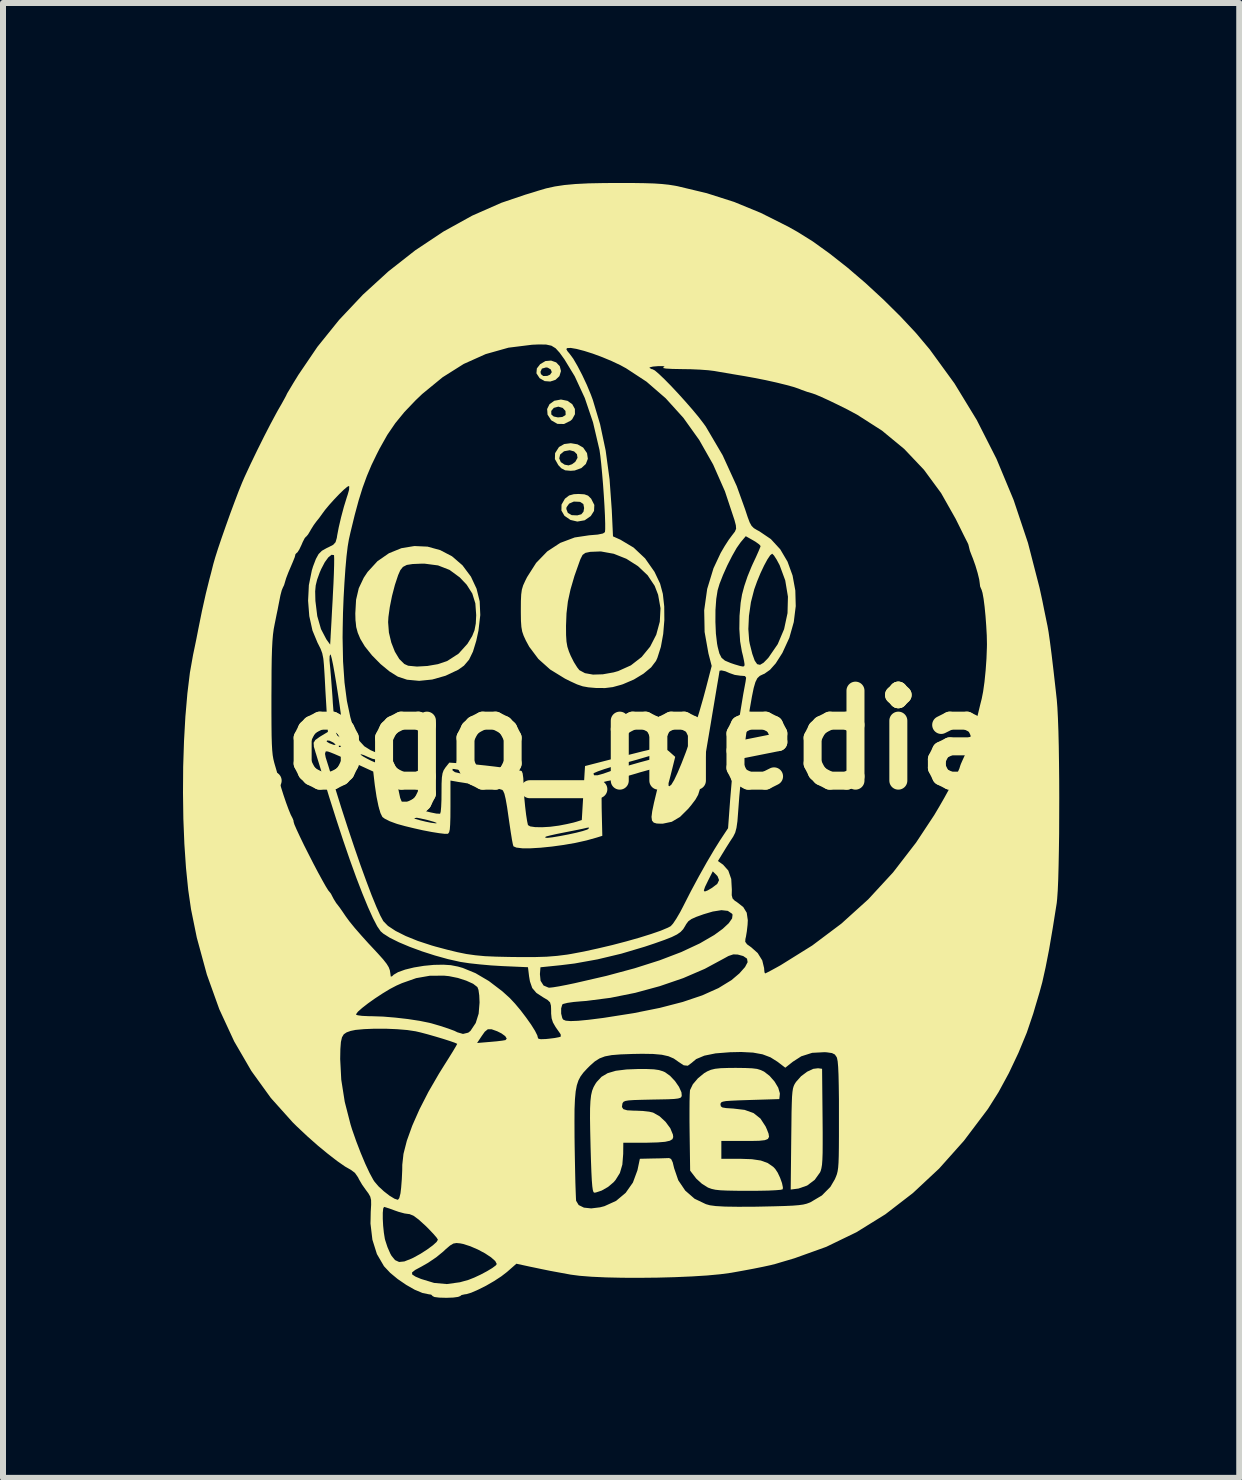
<source format=kicad_pcb>
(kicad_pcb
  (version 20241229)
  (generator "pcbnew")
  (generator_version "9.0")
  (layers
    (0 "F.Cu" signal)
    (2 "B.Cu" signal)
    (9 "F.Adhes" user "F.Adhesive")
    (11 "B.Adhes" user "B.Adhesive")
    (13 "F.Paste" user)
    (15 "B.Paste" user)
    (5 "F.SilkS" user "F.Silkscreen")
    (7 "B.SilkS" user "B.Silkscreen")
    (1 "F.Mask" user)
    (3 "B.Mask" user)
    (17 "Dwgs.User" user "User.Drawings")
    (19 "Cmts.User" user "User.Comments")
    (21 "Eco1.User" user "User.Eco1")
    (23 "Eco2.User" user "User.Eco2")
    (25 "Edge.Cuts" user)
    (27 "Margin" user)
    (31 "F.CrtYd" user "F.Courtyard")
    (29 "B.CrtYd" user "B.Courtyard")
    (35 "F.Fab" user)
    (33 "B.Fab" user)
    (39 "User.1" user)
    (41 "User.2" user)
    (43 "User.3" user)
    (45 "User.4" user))
  (footprint "logo_media"
    (layer "F.Cu")
    (at 7.28 9.283)
    (property "Reference" "logo_media" (at 0 0 0) (layer "F.SilkS") (effects (font (size 1.5 1.5) (thickness 0.3))))
    (attr board_only exclude_from_pos_files exclude_from_bom)
    (fp_poly (pts (xy -1.06 -6.293) (xy -1 -6.229) (xy -0.98 -6.149) (xy -1.006 -6.064) (xy -1.07 -6.003) (xy -1.158 -5.974) (xy -1.252 -5.981) (xy -1.335 -6.029) (xy -1.337 -6.031) (xy -1.389 -6.111) (xy -1.387 -6.135) (xy -1.322 -6.135) (xy -1.314 -6.097) (xy -1.276 -6.066) (xy -1.21 -6.067) (xy -1.162 -6.088) (xy -1.133 -6.13) (xy -1.15 -6.175) (xy -1.2 -6.205) (xy -1.229 -6.209) (xy -1.298 -6.189) (xy -1.322 -6.135) (xy -1.387 -6.135) (xy -1.382 -6.192) (xy -1.327 -6.263) (xy -1.239 -6.315) (xy -1.145 -6.323)) (stroke (width 0) (type solid)) (fill yes) (layer "F.SilkS"))
    (fp_poly (pts (xy -0.871 -5.652) (xy -0.792 -5.596) (xy -0.748 -5.517) (xy -0.747 -5.429) (xy -0.793 -5.345) (xy -0.821 -5.32) (xy -0.929 -5.266) (xy -1.039 -5.268) (xy -1.138 -5.325) (xy -1.145 -5.331) (xy -1.204 -5.423) (xy -1.208 -5.484) (xy -1.142 -5.484) (xy -1.141 -5.425) (xy -1.101 -5.391) (xy -1.031 -5.376) (xy -0.958 -5.383) (xy -0.908 -5.412) (xy -0.902 -5.422) (xy -0.905 -5.484) (xy -0.951 -5.534) (xy -1.023 -5.555) (xy -1.025 -5.555) (xy -1.099 -5.535) (xy -1.142 -5.484) (xy -1.208 -5.484) (xy -1.211 -5.515) (xy -1.171 -5.596) (xy -1.092 -5.653) (xy -0.98 -5.674)) (stroke (width 0) (type solid)) (fill yes) (layer "F.SilkS"))
    (fp_poly (pts (xy 3.372 5.481) (xy 3.38 6.293) (xy 3.382 6.539) (xy 3.382 6.734) (xy 3.381 6.884) (xy 3.377 6.996) (xy 3.371 7.079) (xy 3.361 7.138) (xy 3.349 7.183) (xy 3.338 7.208) (xy 3.249 7.332) (xy 3.123 7.427) (xy 2.979 7.477) (xy 2.971 7.478) (xy 2.849 7.494) (xy 2.858 6.649) (xy 2.861 6.403) (xy 2.863 6.209) (xy 2.867 6.06) (xy 2.871 5.949) (xy 2.878 5.868) (xy 2.887 5.81) (xy 2.899 5.769) (xy 2.915 5.735) (xy 2.935 5.704) (xy 2.941 5.696) (xy 3.022 5.605) (xy 3.122 5.53) (xy 3.225 5.482) (xy 3.305 5.472)) (stroke (width 0) (type solid)) (fill yes) (layer "F.SilkS"))
    (fp_poly (pts (xy -0.704 -4.927) (xy -0.613 -4.875) (xy -0.611 -4.874) (xy -0.546 -4.781) (xy -0.532 -4.686) (xy -0.566 -4.599) (xy -0.641 -4.531) (xy -0.751 -4.491) (xy -0.818 -4.486) (xy -0.911 -4.494) (xy -0.976 -4.529) (xy -1.024 -4.58) (xy -1.081 -4.681) (xy -1.081 -4.693) (xy -1.009 -4.693) (xy -0.983 -4.631) (xy -0.919 -4.588) (xy -0.854 -4.576) (xy -0.796 -4.595) (xy -0.742 -4.635) (xy -0.704 -4.702) (xy -0.714 -4.763) (xy -0.761 -4.809) (xy -0.834 -4.829) (xy -0.922 -4.813) (xy -0.932 -4.809) (xy -0.994 -4.757) (xy -1.009 -4.693) (xy -1.081 -4.693) (xy -1.078 -4.78) (xy -1.016 -4.878) (xy -1.01 -4.884) (xy -0.926 -4.932) (xy -0.816 -4.946)) (stroke (width 0) (type solid)) (fill yes) (layer "F.SilkS"))
    (fp_poly (pts (xy -0.59 -4.094) (xy -0.529 -4.072) (xy -0.48 -4.024) (xy -0.477 -4.021) (xy -0.424 -3.917) (xy -0.429 -3.817) (xy -0.483 -3.732) (xy -0.585 -3.661) (xy -0.707 -3.64) (xy -0.822 -3.667) (xy -0.922 -3.736) (xy -0.973 -3.824) (xy -0.972 -3.85) (xy -0.891 -3.85) (xy -0.866 -3.785) (xy -0.801 -3.747) (xy -0.709 -3.743) (xy -0.641 -3.761) (xy -0.605 -3.804) (xy -0.594 -3.865) (xy -0.607 -3.932) (xy -0.656 -3.965) (xy -0.671 -3.969) (xy -0.766 -3.973) (xy -0.844 -3.939) (xy -0.887 -3.879) (xy -0.891 -3.85) (xy -0.972 -3.85) (xy -0.971 -3.922) (xy -0.916 -4.018) (xy -0.907 -4.027) (xy -0.844 -4.075) (xy -0.766 -4.096) (xy -0.687 -4.1)) (stroke (width 0) (type solid)) (fill yes) (layer "F.SilkS"))
    (fp_poly (pts (xy -3.204 -3.222) (xy -2.993 -3.164) (xy -2.796 -3.061) (xy -2.622 -2.911) (xy -2.481 -2.722) (xy -2.387 -2.521) (xy -2.335 -2.311) (xy -2.325 -2.082) (xy -2.355 -1.823) (xy -2.392 -1.652) (xy -2.447 -1.472) (xy -2.512 -1.338) (xy -2.597 -1.238) (xy -2.692 -1.17) (xy -2.904 -1.07) (xy -3.126 -1.007) (xy -3.344 -0.985) (xy -3.546 -1.004) (xy -3.699 -1.055) (xy -3.838 -1.142) (xy -3.987 -1.265) (xy -4.13 -1.41) (xy -4.249 -1.559) (xy -4.324 -1.684) (xy -4.367 -1.786) (xy -4.393 -1.882) (xy -4.401 -1.963) (xy -3.861 -1.963) (xy -3.848 -1.79) (xy -3.808 -1.623) (xy -3.749 -1.472) (xy -3.675 -1.349) (xy -3.591 -1.266) (xy -3.527 -1.237) (xy -3.38 -1.223) (xy -3.206 -1.233) (xy -3.032 -1.263) (xy -2.886 -1.312) (xy -2.871 -1.319) (xy -2.687 -1.438) (xy -2.539 -1.602) (xy -2.46 -1.731) (xy -2.421 -1.828) (xy -2.4 -1.939) (xy -2.393 -2.08) (xy -2.407 -2.276) (xy -2.458 -2.44) (xy -2.552 -2.588) (xy -2.667 -2.709) (xy -2.837 -2.834) (xy -3.029 -2.909) (xy -3.252 -2.938) (xy -3.31 -2.938) (xy -3.453 -2.932) (xy -3.55 -2.917) (xy -3.614 -2.884) (xy -3.658 -2.829) (xy -3.694 -2.747) (xy -3.748 -2.584) (xy -3.796 -2.4) (xy -3.833 -2.215) (xy -3.856 -2.05) (xy -3.861 -1.963) (xy -4.401 -1.963) (xy -4.405 -1.993) (xy -4.408 -2.109) (xy -4.395 -2.337) (xy -4.35 -2.529) (xy -4.267 -2.704) (xy -4.203 -2.8) (xy -4.038 -2.98) (xy -3.847 -3.112) (xy -3.64 -3.196) (xy -3.423 -3.232)) (stroke (width 0) (type solid)) (fill yes) (layer "F.SilkS"))
    (fp_poly (pts (xy 0.569 5.49) (xy 0.652 5.502) (xy 0.718 5.522) (xy 0.754 5.538) (xy 0.838 5.598) (xy 0.92 5.685) (xy 0.987 5.782) (xy 1.028 5.873) (xy 1.033 5.927) (xy 1.027 5.949) (xy 1.01 5.965) (xy 0.972 5.976) (xy 0.906 5.984) (xy 0.803 5.989) (xy 0.655 5.992) (xy 0.544 5.994) (xy 0.364 5.998) (xy 0.235 6.002) (xy 0.148 6.008) (xy 0.094 6.017) (xy 0.063 6.031) (xy 0.049 6.05) (xy 0.044 6.061) (xy 0.036 6.118) (xy 0.06 6.154) (xy 0.124 6.173) (xy 0.238 6.179) (xy 0.267 6.179) (xy 0.385 6.184) (xy 0.491 6.196) (xy 0.555 6.211) (xy 0.663 6.272) (xy 0.763 6.365) (xy 0.842 6.472) (xy 0.886 6.578) (xy 0.891 6.619) (xy 0.878 6.654) (xy 0.835 6.68) (xy 0.755 6.698) (xy 0.632 6.708) (xy 0.458 6.713) (xy 0.364 6.714) (xy 0.059 6.714) (xy 0.057 6.9) (xy 0.043 7.078) (xy 0.002 7.218) (xy -0.071 7.335) (xy -0.103 7.372) (xy -0.195 7.45) (xy -0.302 7.511) (xy -0.399 7.543) (xy -0.425 7.546) (xy -0.438 7.536) (xy -0.449 7.502) (xy -0.458 7.439) (xy -0.466 7.341) (xy -0.473 7.201) (xy -0.48 7.013) (xy -0.487 6.772) (xy -0.487 6.766) (xy -0.493 6.509) (xy -0.496 6.304) (xy -0.495 6.143) (xy -0.489 6.019) (xy -0.478 5.923) (xy -0.461 5.848) (xy -0.437 5.787) (xy -0.406 5.732) (xy -0.384 5.7) (xy -0.305 5.615) (xy -0.202 5.554) (xy -0.066 5.514) (xy 0.112 5.492) (xy 0.295 5.485) (xy 0.454 5.485)) (stroke (width 0) (type solid)) (fill yes) (layer "F.SilkS"))
    (fp_poly (pts (xy 2.093 5.468) (xy 2.207 5.473) (xy 2.288 5.483) (xy 2.35 5.502) (xy 2.405 5.528) (xy 2.497 5.599) (xy 2.58 5.694) (xy 2.641 5.796) (xy 2.668 5.889) (xy 2.667 5.912) (xy 2.659 5.986) (xy 2.169 6.001) (xy 1.988 6.007) (xy 1.858 6.013) (xy 1.77 6.019) (xy 1.717 6.029) (xy 1.69 6.042) (xy 1.68 6.06) (xy 1.678 6.075) (xy 1.685 6.107) (xy 1.712 6.126) (xy 1.772 6.136) (xy 1.879 6.143) (xy 1.886 6.143) (xy 2.081 6.166) (xy 2.231 6.22) (xy 2.345 6.311) (xy 2.431 6.443) (xy 2.451 6.488) (xy 2.48 6.562) (xy 2.488 6.615) (xy 2.469 6.65) (xy 2.416 6.671) (xy 2.322 6.681) (xy 2.178 6.684) (xy 2.08 6.684) (xy 1.693 6.684) (xy 1.693 6.833) (xy 1.693 6.981) (xy 2.006 6.981) (xy 2.202 6.988) (xy 2.351 7.01) (xy 2.466 7.052) (xy 2.557 7.115) (xy 2.591 7.15) (xy 2.632 7.212) (xy 2.672 7.297) (xy 2.704 7.386) (xy 2.719 7.458) (xy 2.716 7.489) (xy 2.683 7.498) (xy 2.599 7.505) (xy 2.476 7.511) (xy 2.321 7.514) (xy 2.146 7.515) (xy 2.145 7.515) (xy 1.942 7.514) (xy 1.79 7.511) (xy 1.677 7.506) (xy 1.594 7.497) (xy 1.531 7.483) (xy 1.478 7.464) (xy 1.467 7.459) (xy 1.37 7.398) (xy 1.279 7.316) (xy 1.259 7.291) (xy 1.173 7.179) (xy 1.164 6.539) (xy 1.162 6.347) (xy 1.162 6.171) (xy 1.163 6.022) (xy 1.166 5.91) (xy 1.17 5.844) (xy 1.172 5.834) (xy 1.218 5.739) (xy 1.303 5.639) (xy 1.408 5.553) (xy 1.458 5.524) (xy 1.519 5.498) (xy 1.589 5.481) (xy 1.683 5.471) (xy 1.812 5.467) (xy 1.933 5.466)) (stroke (width 0) (type solid)) (fill yes) (layer "F.SilkS"))
    (fp_poly (pts (xy 0.207 -9.283) (xy 0.409 -9.28) (xy 0.572 -9.275) (xy 0.704 -9.266) (xy 0.817 -9.254) (xy 0.918 -9.238) (xy 0.965 -9.229) (xy 1.45 -9.113) (xy 1.907 -8.967) (xy 2.352 -8.784) (xy 2.804 -8.557) (xy 2.959 -8.47) (xy 3.217 -8.309) (xy 3.499 -8.106) (xy 3.796 -7.872) (xy 4.097 -7.614) (xy 4.394 -7.34) (xy 4.677 -7.06) (xy 4.937 -6.782) (xy 5.163 -6.513) (xy 5.164 -6.512) (xy 5.578 -5.943) (xy 5.95 -5.333) (xy 6.279 -4.685) (xy 6.564 -4.001) (xy 6.804 -3.283) (xy 6.997 -2.534) (xy 7.044 -2.317) (xy 7.072 -2.177) (xy 7.1 -2.041) (xy 7.122 -1.933) (xy 7.129 -1.901) (xy 7.147 -1.798) (xy 7.17 -1.637) (xy 7.198 -1.42) (xy 7.23 -1.149) (xy 7.267 -0.823) (xy 7.284 -0.668) (xy 7.294 -0.539) (xy 7.303 -0.361) (xy 7.311 -0.144) (xy 7.317 0.105) (xy 7.321 0.379) (xy 7.324 0.669) (xy 7.325 0.969) (xy 7.324 1.268) (xy 7.323 1.562) (xy 7.319 1.84) (xy 7.314 2.096) (xy 7.308 2.321) (xy 7.3 2.508) (xy 7.29 2.65) (xy 7.283 2.718) (xy 7.217 3.133) (xy 7.156 3.491) (xy 7.097 3.792) (xy 7.042 4.039) (xy 6.997 4.204) (xy 6.965 4.312) (xy 6.925 4.446) (xy 6.892 4.559) (xy 6.784 4.878) (xy 6.645 5.215) (xy 6.485 5.553) (xy 6.313 5.87) (xy 6.137 6.149) (xy 6.126 6.164) (xy 5.736 6.681) (xy 5.323 7.144) (xy 4.886 7.552) (xy 4.427 7.906) (xy 3.945 8.205) (xy 3.441 8.449) (xy 2.915 8.638) (xy 2.882 8.648) (xy 2.767 8.682) (xy 2.662 8.713) (xy 2.599 8.732) (xy 2.517 8.753) (xy 2.388 8.781) (xy 2.224 8.814) (xy 2.036 8.849) (xy 1.857 8.881) (xy 1.679 8.905) (xy 1.456 8.926) (xy 1.199 8.942) (xy 0.919 8.954) (xy 0.626 8.962) (xy 0.33 8.965) (xy 0.042 8.964) (xy -0.228 8.958) (xy -0.47 8.947) (xy -0.672 8.931) (xy -0.817 8.912) (xy -1.007 8.877) (xy -1.159 8.849) (xy -1.296 8.821) (xy -1.439 8.791) (xy -1.493 8.78) (xy -1.723 8.73) (xy -1.879 8.867) (xy -1.975 8.941) (xy -2.096 9.02) (xy -2.229 9.097) (xy -2.361 9.163) (xy -2.476 9.213) (xy -2.56 9.238) (xy -2.578 9.239) (xy -2.637 9.252) (xy -2.659 9.269) (xy -2.695 9.283) (xy -2.775 9.294) (xy -2.882 9.298) (xy -2.898 9.298) (xy -3.01 9.295) (xy -3.088 9.285) (xy -3.119 9.27) (xy -3.119 9.269) (xy -3.144 9.245) (xy -3.186 9.239) (xy -3.288 9.218) (xy -3.417 9.164) (xy -3.559 9.083) (xy -3.701 8.986) (xy -3.828 8.881) (xy -3.833 8.875) (xy -3.462 8.875) (xy -3.46 8.909) (xy -3.405 8.945) (xy -3.312 8.984) (xy -3.095 9.05) (xy -2.884 9.069) (xy -2.664 9.039) (xy -2.521 8.999) (xy -2.425 8.961) (xy -2.318 8.911) (xy -2.213 8.855) (xy -2.125 8.802) (xy -2.066 8.758) (xy -2.05 8.735) (xy -2.076 8.685) (xy -2.146 8.623) (xy -2.246 8.557) (xy -2.366 8.493) (xy -2.491 8.439) (xy -2.609 8.401) (xy -2.659 8.391) (xy -2.723 8.385) (xy -2.774 8.394) (xy -2.829 8.427) (xy -2.903 8.49) (xy -2.941 8.526) (xy -3.058 8.622) (xy -3.197 8.716) (xy -3.304 8.777) (xy -3.41 8.834) (xy -3.462 8.875) (xy -3.833 8.875) (xy -3.926 8.776) (xy -3.931 8.77) (xy -4.048 8.569) (xy -4.123 8.33) (xy -4.155 8.06) (xy -4.153 7.982) (xy -3.95 7.982) (xy -3.944 8.097) (xy -3.932 8.213) (xy -3.916 8.313) (xy -3.909 8.34) (xy -3.872 8.453) (xy -3.825 8.561) (xy -3.803 8.6) (xy -3.745 8.67) (xy -3.678 8.701) (xy -3.59 8.692) (xy -3.469 8.644) (xy -3.436 8.628) (xy -3.322 8.565) (xy -3.213 8.495) (xy -3.12 8.427) (xy -3.055 8.369) (xy -3.031 8.33) (xy -3.051 8.297) (xy -3.105 8.234) (xy -3.183 8.152) (xy -3.235 8.1) (xy -3.353 7.993) (xy -3.44 7.929) (xy -3.505 7.903) (xy -3.517 7.902) (xy -3.588 7.892) (xy -3.687 7.865) (xy -3.75 7.843) (xy -3.84 7.81) (xy -3.906 7.789) (xy -3.929 7.783) (xy -3.943 7.81) (xy -3.95 7.882) (xy -3.95 7.982) (xy -4.153 7.982) (xy -4.151 7.869) (xy -4.144 7.748) (xy -4.145 7.669) (xy -4.159 7.611) (xy -4.19 7.557) (xy -4.23 7.503) (xy -4.294 7.413) (xy -4.346 7.324) (xy -4.362 7.291) (xy -4.414 7.216) (xy -4.479 7.167) (xy -4.579 7.11) (xy -4.711 7.018) (xy -4.866 6.898) (xy -5.036 6.758) (xy -5.21 6.604) (xy -5.38 6.444) (xy -5.452 6.373) (xy -5.815 5.968) (xy -6.14 5.518) (xy -6.256 5.318) (xy -4.66 5.318) (xy -4.642 5.663) (xy -4.584 6.032) (xy -4.487 6.41) (xy -4.462 6.491) (xy -4.393 6.688) (xy -4.318 6.883) (xy -4.242 7.064) (xy -4.17 7.218) (xy -4.108 7.332) (xy -4.089 7.361) (xy -4.021 7.441) (xy -3.932 7.523) (xy -3.838 7.596) (xy -3.754 7.647) (xy -3.698 7.665) (xy -3.675 7.636) (xy -3.655 7.557) (xy -3.644 7.464) (xy -3.633 7.323) (xy -3.626 7.172) (xy -3.625 7.081) (xy -3.605 6.899) (xy -3.549 6.68) (xy -3.459 6.43) (xy -3.428 6.359) (xy -0.755 6.359) (xy -0.754 6.613) (xy -0.752 6.773) (xy -0.748 6.995) (xy -0.744 7.199) (xy -0.74 7.377) (xy -0.735 7.522) (xy -0.731 7.625) (xy -0.728 7.679) (xy -0.727 7.682) (xy -0.685 7.752) (xy -0.598 7.795) (xy -0.476 7.808) (xy -0.329 7.79) (xy -0.256 7.771) (xy -0.062 7.683) (xy 0.098 7.549) (xy 0.219 7.377) (xy 0.294 7.174) (xy 0.297 7.161) (xy 0.335 6.981) (xy 0.554 6.976) (xy 0.668 6.974) (xy 0.763 6.971) (xy 0.82 6.969) (xy 0.822 6.969) (xy 0.855 6.984) (xy 0.882 7.039) (xy 0.906 7.138) (xy 0.975 7.339) (xy 1.091 7.511) (xy 1.247 7.647) (xy 1.435 7.737) (xy 1.502 7.756) (xy 1.6 7.769) (xy 1.756 7.778) (xy 1.969 7.781) (xy 2.241 7.78) (xy 2.349 7.778) (xy 2.575 7.773) (xy 2.75 7.768) (xy 2.883 7.762) (xy 2.982 7.754) (xy 3.056 7.744) (xy 3.114 7.73) (xy 3.163 7.712) (xy 3.179 7.705) (xy 3.368 7.593) (xy 3.51 7.45) (xy 3.584 7.324) (xy 3.603 7.28) (xy 3.619 7.238) (xy 3.631 7.189) (xy 3.64 7.128) (xy 3.646 7.046) (xy 3.65 6.936) (xy 3.652 6.791) (xy 3.653 6.604) (xy 3.653 6.368) (xy 3.653 6.268) (xy 3.653 5.986) (xy 3.65 5.759) (xy 3.646 5.582) (xy 3.64 5.45) (xy 3.632 5.358) (xy 3.621 5.303) (xy 3.616 5.288) (xy 3.585 5.243) (xy 3.537 5.219) (xy 3.454 5.207) (xy 3.416 5.204) (xy 3.207 5.215) (xy 3.025 5.273) (xy 2.885 5.363) (xy 2.759 5.463) (xy 2.628 5.363) (xy 2.512 5.29) (xy 2.38 5.24) (xy 2.221 5.211) (xy 2.024 5.201) (xy 1.838 5.205) (xy 1.597 5.224) (xy 1.41 5.262) (xy 1.274 5.319) (xy 1.192 5.387) (xy 1.134 5.43) (xy 1.067 5.423) (xy 0.979 5.366) (xy 0.976 5.363) (xy 0.9 5.31) (xy 0.812 5.272) (xy 0.701 5.247) (xy 0.557 5.234) (xy 0.371 5.231) (xy 0.208 5.234) (xy 0.013 5.241) (xy -0.135 5.253) (xy -0.247 5.274) (xy -0.337 5.308) (xy -0.416 5.358) (xy -0.496 5.429) (xy -0.549 5.482) (xy -0.606 5.544) (xy -0.653 5.607) (xy -0.689 5.675) (xy -0.716 5.757) (xy -0.735 5.859) (xy -0.747 5.989) (xy -0.754 6.153) (xy -0.755 6.359) (xy -3.428 6.359) (xy -3.338 6.156) (xy -3.189 5.865) (xy -3.014 5.563) (xy -2.928 5.425) (xy -2.848 5.298) (xy -2.781 5.19) (xy -2.734 5.111) (xy -2.711 5.069) (xy -2.71 5.065) (xy -2.74 5.051) (xy -2.378 5.051) (xy -2.162 5.033) (xy -2.05 5.023) (xy -1.959 5.012) (xy -1.907 5.003) (xy -1.905 5.003) (xy -1.884 4.978) (xy -1.909 4.937) (xy -1.972 4.891) (xy -2.044 4.855) (xy -2.137 4.822) (xy -2.199 4.822) (xy -2.25 4.863) (xy -2.299 4.932) (xy -2.378 5.051) (xy -2.74 5.051) (xy -2.749 5.047) (xy -2.832 5.018) (xy -2.944 4.982) (xy -3.071 4.944) (xy -3.2 4.907) (xy -3.317 4.876) (xy -3.403 4.856) (xy -3.542 4.835) (xy -3.713 4.821) (xy -3.901 4.813) (xy -4.089 4.813) (xy -4.261 4.82) (xy -4.404 4.833) (xy -4.486 4.85) (xy -4.553 4.874) (xy -4.6 4.906) (xy -4.63 4.956) (xy -4.648 5.035) (xy -4.657 5.153) (xy -4.66 5.318) (xy -6.256 5.318) (xy -6.427 5.024) (xy -6.634 4.577) (xy -4.397 4.577) (xy -4.369 4.589) (xy -4.295 4.599) (xy -4.187 4.604) (xy -4.122 4.605) (xy -3.944 4.611) (xy -3.74 4.628) (xy -3.531 4.652) (xy -3.335 4.682) (xy -3.173 4.715) (xy -3.134 4.725) (xy -2.991 4.767) (xy -2.86 4.81) (xy -2.757 4.848) (xy -2.706 4.873) (xy -2.613 4.9) (xy -2.526 4.879) (xy -2.489 4.85) (xy -2.401 4.718) (xy -2.352 4.562) (xy -2.337 4.376) (xy -2.342 4.258) (xy -2.355 4.166) (xy -2.373 4.119) (xy -2.444 4.064) (xy -2.559 4.012) (xy -2.698 3.967) (xy -2.846 3.937) (xy -2.926 3.929) (xy -3.165 3.93) (xy -3.393 3.97) (xy -3.629 4.053) (xy -3.722 4.094) (xy -3.831 4.151) (xy -3.953 4.225) (xy -4.078 4.307) (xy -4.195 4.39) (xy -4.294 4.467) (xy -4.365 4.53) (xy -4.396 4.572) (xy -4.397 4.577) (xy -6.634 4.577) (xy -6.675 4.488) (xy -6.882 3.911) (xy -7.05 3.294) (xy -7.146 2.822) (xy -7.193 2.498) (xy -7.23 2.132) (xy -7.257 1.734) (xy -7.274 1.314) (xy -7.28 0.881) (xy -7.277 0.446) (xy -7.263 0.019) (xy -7.24 -0.391) (xy -7.234 -0.458) (xy -5.806 -0.458) (xy -5.805 -0.241) (xy -5.803 -0.069) (xy -5.799 0.066) (xy -5.793 0.171) (xy -5.785 0.253) (xy -5.774 0.318) (xy -5.76 0.376) (xy -5.753 0.401) (xy -5.718 0.52) (xy -5.686 0.636) (xy -5.67 0.698) (xy -5.643 0.798) (xy -5.605 0.918) (xy -5.563 1.042) (xy -5.521 1.156) (xy -5.485 1.244) (xy -5.46 1.293) (xy -5.457 1.297) (xy -5.439 1.341) (xy -5.436 1.366) (xy -5.423 1.409) (xy -5.386 1.494) (xy -5.331 1.612) (xy -5.263 1.753) (xy -5.186 1.905) (xy -5.107 2.06) (xy -5.029 2.208) (xy -4.958 2.338) (xy -4.9 2.441) (xy -4.859 2.507) (xy -4.844 2.525) (xy -4.814 2.563) (xy -4.803 2.585) (xy -4.769 2.65) (xy -4.727 2.718) (xy -4.693 2.761) (xy -4.692 2.763) (xy -4.668 2.794) (xy -4.622 2.86) (xy -4.567 2.941) (xy -4.507 3.023) (xy -4.416 3.135) (xy -4.305 3.262) (xy -4.187 3.393) (xy -4.154 3.428) (xy -4.032 3.559) (xy -3.944 3.657) (xy -3.886 3.731) (xy -3.851 3.788) (xy -3.832 3.839) (xy -3.824 3.891) (xy -3.823 3.899) (xy -3.817 3.944) (xy -3.796 3.94) (xy -3.768 3.913) (xy -3.695 3.87) (xy -3.578 3.828) (xy -3.43 3.792) (xy -3.265 3.765) (xy -3.099 3.749) (xy -2.941 3.746) (xy -2.816 3.754) (xy -2.698 3.777) (xy -2.617 3.8) (xy -2.405 3.887) (xy -2.181 4.019) (xy -1.958 4.189) (xy -1.832 4.303) (xy -1.746 4.395) (xy -1.653 4.506) (xy -1.561 4.627) (xy -1.478 4.744) (xy -1.413 4.848) (xy -1.374 4.926) (xy -1.367 4.957) (xy -1.356 4.98) (xy -1.315 4.988) (xy -1.233 4.985) (xy -1.183 4.98) (xy -1.085 4.968) (xy -1.012 4.954) (xy -0.984 4.945) (xy -0.984 4.911) (xy -0.996 4.89) (xy -1.07 4.785) (xy -1.114 4.708) (xy -1.136 4.639) (xy -1.144 4.56) (xy -1.144 4.522) (xy -1.145 4.474) (xy -0.977 4.474) (xy -0.977 4.561) (xy -0.958 4.637) (xy -0.943 4.661) (xy -0.901 4.679) (xy -0.82 4.686) (xy -0.693 4.681) (xy -0.518 4.664) (xy -0.289 4.635) (xy -0.267 4.632) (xy 0.229 4.554) (xy 0.667 4.466) (xy 1.049 4.367) (xy 1.375 4.257) (xy 1.645 4.136) (xy 1.862 4.003) (xy 1.994 3.891) (xy 2.088 3.785) (xy 2.131 3.704) (xy 2.121 3.645) (xy 2.058 3.602) (xy 1.967 3.577) (xy 1.893 3.574) (xy 1.812 3.601) (xy 1.732 3.645) (xy 1.417 3.815) (xy 1.057 3.97) (xy 0.666 4.104) (xy 0.258 4.215) (xy -0.155 4.298) (xy -0.558 4.35) (xy -0.639 4.356) (xy -0.766 4.367) (xy -0.871 4.382) (xy -0.939 4.399) (xy -0.958 4.409) (xy -0.977 4.474) (xy -1.145 4.474) (xy -1.147 4.429) (xy -1.162 4.374) (xy -1.203 4.334) (xy -1.279 4.289) (xy -1.39 4.216) (xy -1.459 4.135) (xy -1.497 4.025) (xy -1.512 3.938) (xy -1.516 3.903) (xy -1.331 3.903) (xy -1.32 4.014) (xy -1.27 4.093) (xy -1.188 4.128) (xy -1.168 4.129) (xy -1.112 4.123) (xy -1.013 4.107) (xy -0.884 4.082) (xy -0.75 4.054) (xy -0.221 3.932) (xy 0.25 3.805) (xy 0.665 3.673) (xy 1.026 3.535) (xy 1.334 3.391) (xy 1.575 3.251) (xy 1.715 3.149) (xy 1.816 3.055) (xy 1.872 2.975) (xy 1.88 2.912) (xy 1.871 2.896) (xy 1.801 2.849) (xy 1.695 2.837) (xy 1.55 2.86) (xy 1.398 2.905) (xy 1.275 2.949) (xy 1.195 2.985) (xy 1.143 3.022) (xy 1.107 3.07) (xy 1.089 3.102) (xy 1.057 3.154) (xy 1.015 3.199) (xy 0.954 3.242) (xy 0.867 3.285) (xy 0.745 3.333) (xy 0.581 3.391) (xy 0.416 3.446) (xy 0.027 3.562) (xy -0.37 3.657) (xy -0.753 3.726) (xy -0.98 3.754) (xy -1.322 3.789) (xy -1.331 3.903) (xy -1.516 3.903) (xy -1.53 3.788) (xy -1.961 3.769) (xy -2.144 3.758) (xy -2.333 3.741) (xy -2.508 3.722) (xy -2.647 3.701) (xy -2.659 3.699) (xy -2.864 3.653) (xy -3.08 3.593) (xy -3.295 3.524) (xy -3.499 3.449) (xy -3.682 3.372) (xy -3.833 3.297) (xy -3.943 3.227) (xy -3.986 3.189) (xy -4.043 3.106) (xy -4.114 2.969) (xy -4.197 2.785) (xy -4.29 2.559) (xy -4.392 2.294) (xy -4.5 1.995) (xy -4.612 1.669) (xy -4.727 1.318) (xy -4.844 0.949) (xy -4.902 0.758) (xy -4.951 0.597) (xy -4.997 0.447) (xy -5.036 0.32) (xy -5.063 0.231) (xy -5.063 0.231) (xy -4.913 0.231) (xy -4.902 0.29) (xy -4.884 0.348) (xy -4.852 0.449) (xy -4.812 0.581) (xy -4.765 0.731) (xy -4.753 0.772) (xy -4.643 1.126) (xy -4.533 1.466) (xy -4.425 1.788) (xy -4.322 2.086) (xy -4.224 2.355) (xy -4.136 2.588) (xy -4.057 2.781) (xy -3.991 2.928) (xy -3.941 3.02) (xy -3.864 3.099) (xy -3.737 3.183) (xy -3.568 3.268) (xy -3.366 3.35) (xy -3.137 3.425) (xy -3.075 3.443) (xy -2.876 3.496) (xy -2.708 3.537) (xy -2.556 3.568) (xy -2.406 3.589) (xy -2.247 3.604) (xy -2.064 3.612) (xy -1.844 3.617) (xy -1.664 3.619) (xy -1.421 3.619) (xy -1.22 3.613) (xy -1.045 3.599) (xy -0.878 3.578) (xy -0.812 3.567) (xy -0.595 3.526) (xy -0.363 3.475) (xy -0.126 3.419) (xy 0.107 3.358) (xy 0.326 3.296) (xy 0.521 3.235) (xy 0.683 3.179) (xy 0.802 3.129) (xy 0.849 3.104) (xy 0.887 3.062) (xy 0.942 2.98) (xy 1.007 2.869) (xy 1.057 2.773) (xy 1.185 2.522) (xy 1.192 2.509) (xy 1.401 2.509) (xy 1.416 2.527) (xy 1.467 2.507) (xy 1.538 2.465) (xy 1.625 2.399) (xy 1.655 2.336) (xy 1.63 2.272) (xy 1.611 2.251) (xy 1.55 2.19) (xy 1.473 2.342) (xy 1.421 2.449) (xy 1.401 2.509) (xy 1.192 2.509) (xy 1.32 2.271) (xy 1.453 2.034) (xy 1.577 1.824) (xy 1.672 1.672) (xy 1.805 1.471) (xy 1.84 0.995) (xy 1.869 0.651) (xy 1.908 0.287) (xy 1.953 -0.08) (xy 2.004 -0.434) (xy 2.057 -0.757) (xy 2.097 -0.973) (xy 2.106 -1.038) (xy 2.087 -1.065) (xy 2.025 -1.07) (xy 2.016 -1.07) (xy 1.917 -1.084) (xy 1.831 -1.114) (xy 1.759 -1.145) (xy 1.696 -1.159) (xy 1.664 -1.154) (xy 1.663 -1.151) (xy 1.658 -1.121) (xy 1.646 -1.046) (xy 1.628 -0.941) (xy 1.622 -0.906) (xy 1.601 -0.78) (xy 1.574 -0.618) (xy 1.544 -0.44) (xy 1.518 -0.282) (xy 1.489 -0.11) (xy 1.459 0.067) (xy 1.432 0.228) (xy 1.411 0.342) (xy 1.388 0.478) (xy 1.366 0.614) (xy 1.35 0.722) (xy 1.349 0.728) (xy 1.332 0.832) (xy 1.306 0.915) (xy 1.262 0.993) (xy 1.191 1.087) (xy 1.141 1.147) (xy 1.004 1.283) (xy 0.867 1.364) (xy 0.72 1.395) (xy 0.69 1.396) (xy 0.616 1.393) (xy 0.566 1.378) (xy 0.537 1.344) (xy 0.529 1.283) (xy 0.541 1.187) (xy 0.57 1.048) (xy 0.608 0.89) (xy 0.644 0.74) (xy 0.673 0.611) (xy 0.692 0.514) (xy 0.7 0.459) (xy 0.699 0.451) (xy 0.666 0.454) (xy 0.588 0.472) (xy 0.474 0.502) (xy 0.334 0.541) (xy 0.272 0.56) (xy 0.12 0.604) (xy -0.015 0.641) (xy -0.123 0.669) (xy -0.19 0.682) (xy -0.201 0.683) (xy -0.263 0.699) (xy -0.287 0.72) (xy -0.295 0.762) (xy -0.3 0.852) (xy -0.303 0.977) (xy -0.302 1.126) (xy -0.301 1.178) (xy -0.291 1.598) (xy -0.391 1.629) (xy -0.555 1.675) (xy -0.739 1.716) (xy -0.935 1.75) (xy -1.131 1.777) (xy -1.318 1.796) (xy -1.486 1.806) (xy -1.624 1.806) (xy -1.724 1.794) (xy -1.772 1.773) (xy -1.782 1.739) (xy -1.798 1.657) (xy -1.802 1.63) (xy -1.241 1.63) (xy -1.204 1.632) (xy -1.123 1.623) (xy -0.992 1.601) (xy -0.857 1.575) (xy -0.728 1.547) (xy -0.619 1.519) (xy -0.545 1.495) (xy -0.522 1.482) (xy -0.512 1.46) (xy -0.55 1.464) (xy -0.564 1.468) (xy -0.625 1.482) (xy -0.728 1.503) (xy -0.854 1.528) (xy -0.93 1.543) (xy -1.055 1.568) (xy -1.157 1.591) (xy -1.223 1.608) (xy -1.239 1.616) (xy -1.241 1.63) (xy -1.802 1.63) (xy -1.817 1.537) (xy -1.839 1.389) (xy -1.851 1.307) (xy -1.878 1.119) (xy -1.902 0.984) (xy -1.923 0.896) (xy -1.945 0.847) (xy -1.958 0.833) (xy -2.006 0.818) (xy -2.098 0.798) (xy -2.22 0.775) (xy -2.332 0.757) (xy -2.473 0.735) (xy -2.6 0.714) (xy -2.697 0.699) (xy -2.741 0.691) (xy -2.822 0.677) (xy -2.822 1.112) (xy -2.823 1.286) (xy -2.827 1.409) (xy -2.833 1.491) (xy -2.844 1.538) (xy -2.861 1.561) (xy -2.867 1.564) (xy -2.916 1.565) (xy -3.01 1.554) (xy -3.135 1.534) (xy -3.281 1.506) (xy -3.432 1.472) (xy -3.577 1.437) (xy -3.704 1.402) (xy -3.731 1.393) (xy -3.834 1.355) (xy -3.917 1.313) (xy -3.951 1.288) (xy -3.461 1.288) (xy -3.454 1.299) (xy -3.403 1.318) (xy -3.325 1.34) (xy -3.235 1.362) (xy -3.147 1.38) (xy -3.077 1.389) (xy -3.06 1.39) (xy -3.051 1.384) (xy -3.091 1.367) (xy -3.173 1.343) (xy -3.208 1.334) (xy -3.318 1.309) (xy -3.407 1.292) (xy -3.457 1.287) (xy -3.461 1.288) (xy -3.951 1.288) (xy -3.957 1.283) (xy -3.989 1.218) (xy -4.022 1.103) (xy -4.054 0.947) (xy -4.082 0.76) (xy -4.089 0.702) (xy -4.109 0.527) (xy -4.32 0.43) (xy -4.508 0.344) (xy -4.65 0.28) (xy -4.747 0.238) (xy -4.318 0.238) (xy -4.316 0.249) (xy -4.275 0.277) (xy -4.212 0.312) (xy -4.141 0.348) (xy -4.08 0.374) (xy -4.048 0.383) (xy -4.013 0.367) (xy -4.011 0.356) (xy -4.035 0.331) (xy -4.063 0.327) (xy -4.125 0.313) (xy -4.2 0.282) (xy -4.269 0.251) (xy -4.318 0.238) (xy -4.318 0.238) (xy -4.747 0.238) (xy -4.751 0.236) (xy -4.821 0.208) (xy -4.864 0.193) (xy -4.889 0.19) (xy -4.902 0.193) (xy -4.913 0.231) (xy -5.063 0.231) (xy -5.069 0.214) (xy -5.084 0.161) (xy -4.553 0.161) (xy -4.514 0.186) (xy -4.501 0.192) (xy -4.425 0.223) (xy -4.383 0.233) (xy -4.383 0.222) (xy -4.426 0.193) (xy -4.496 0.162) (xy -4.545 0.151) (xy -4.553 0.161) (xy -5.084 0.161) (xy -5.099 0.112) (xy -5.099 0.099) (xy -4.684 0.099) (xy -4.68 0.117) (xy -4.664 0.119) (xy -4.64 0.108) (xy -4.644 0.099) (xy -4.68 0.095) (xy -4.684 0.099) (xy -5.099 0.099) (xy -5.103 0.047) (xy -5.091 0.028) (xy -4.885 0.028) (xy -4.842 0.054) (xy -4.767 0.082) (xy -4.736 0.083) (xy -4.754 0.06) (xy -4.777 0.042) (xy -4.839 0.012) (xy -4.88 0.009) (xy -4.885 0.028) (xy -5.091 0.028) (xy -5.075 0.001) (xy -5.011 -0.045) (xy -4.988 -0.06) (xy -4.865 -0.134) (xy -4.884 -0.446) (xy -4.894 -0.616) (xy -4.906 -0.815) (xy -4.916 -1.01) (xy -4.921 -1.099) (xy -4.931 -1.252) (xy -4.938 -1.328) (xy -4.838 -1.328) (xy -4.833 -1.27) (xy -4.825 -1.187) (xy -4.814 -1.059) (xy -4.802 -0.899) (xy -4.789 -0.723) (xy -4.782 -0.609) (xy -4.767 -0.414) (xy -4.754 -0.271) (xy -4.741 -0.172) (xy -4.725 -0.109) (xy -4.708 -0.074) (xy -4.7 -0.067) (xy -4.647 -0.034) (xy -4.618 -0.046) (xy -4.611 -0.106) (xy -4.618 -0.186) (xy -4.641 -0.374) (xy -4.668 -0.57) (xy -4.697 -0.765) (xy -4.726 -0.95) (xy -4.754 -1.117) (xy -4.779 -1.256) (xy -4.801 -1.359) (xy -4.817 -1.417) (xy -4.823 -1.426) (xy -4.836 -1.399) (xy -4.838 -1.328) (xy -4.938 -1.328) (xy -4.942 -1.362) (xy -4.959 -1.445) (xy -4.986 -1.518) (xy -5.026 -1.598) (xy -5.037 -1.619) (xy -5.122 -1.824) (xy -5.175 -2.064) (xy -5.195 -2.321) (xy -5.187 -2.477) (xy -5.077 -2.477) (xy -5.074 -2.352) (xy -5.073 -2.317) (xy -5.042 -2.064) (xy -4.98 -1.848) (xy -4.891 -1.678) (xy -4.827 -1.589) (xy -4.822 -1.678) (xy -4.82 -1.708) (xy -4.62 -1.708) (xy -4.612 -1.307) (xy -4.588 -0.957) (xy -4.548 -0.65) (xy -4.491 -0.38) (xy -4.458 -0.265) (xy -4.399 -0.099) (xy -4.336 0.02) (xy -4.257 0.106) (xy -4.153 0.171) (xy -4.067 0.208) (xy -3.932 0.261) (xy -3.84 0.307) (xy -3.782 0.358) (xy -3.748 0.428) (xy -3.727 0.531) (xy -3.709 0.678) (xy -3.686 0.844) (xy -3.66 0.966) (xy -3.631 1.037) (xy -3.627 1.043) (xy -3.583 1.071) (xy -3.498 1.106) (xy -3.387 1.143) (xy -3.267 1.179) (xy -3.152 1.208) (xy -3.058 1.227) (xy -3 1.23) (xy -2.993 1.227) (xy -2.984 1.194) (xy -2.977 1.114) (xy -2.972 1) (xy -2.971 0.879) (xy -2.97 0.729) (xy -2.965 0.626) (xy -2.954 0.556) (xy -2.936 0.506) (xy -2.92 0.482) (xy -2.787 0.482) (xy -2.787 0.508) (xy -2.747 0.537) (xy -2.649 0.56) (xy -2.567 0.571) (xy -2.434 0.587) (xy -2.274 0.609) (xy -2.122 0.632) (xy -2.109 0.635) (xy -1.993 0.654) (xy -1.9 0.67) (xy -1.846 0.679) (xy -1.838 0.68) (xy -1.806 0.663) (xy -1.783 0.639) (xy -1.767 0.617) (xy -1.765 0.601) (xy -1.784 0.588) (xy -1.833 0.577) (xy -1.917 0.566) (xy -2.045 0.555) (xy -2.223 0.541) (xy -2.262 0.538) (xy -2.42 0.525) (xy -2.56 0.512) (xy -2.67 0.499) (xy -2.737 0.489) (xy -2.749 0.486) (xy -2.787 0.482) (xy -2.92 0.482) (xy -2.909 0.464) (xy -2.906 0.46) (xy -2.841 0.378) (xy -2.557 0.397) (xy -2.409 0.408) (xy -2.247 0.425) (xy -2.083 0.444) (xy -1.928 0.464) (xy -1.794 0.484) (xy -1.694 0.503) (xy -1.639 0.517) (xy -1.635 0.519) (xy -1.619 0.557) (xy -1.608 0.636) (xy -1.604 0.727) (xy -1.601 0.836) (xy -1.591 0.97) (xy -1.577 1.113) (xy -1.561 1.247) (xy -1.544 1.355) (xy -1.53 1.419) (xy -1.493 1.441) (xy -1.411 1.453) (xy -1.295 1.455) (xy -1.159 1.447) (xy -1.015 1.428) (xy -0.993 1.424) (xy -0.88 1.402) (xy -0.775 1.378) (xy -0.725 1.364) (xy -0.633 1.335) (xy -0.606 0.885) (xy -0.587 0.56) (xy -0.439 0.56) (xy -0.428 0.589) (xy -0.37 0.589) (xy -0.27 0.561) (xy -0.246 0.552) (xy -0.14 0.515) (xy 0.004 0.47) (xy 0.167 0.421) (xy 0.328 0.375) (xy 0.469 0.337) (xy 0.52 0.324) (xy 0.611 0.299) (xy 0.677 0.275) (xy 0.696 0.264) (xy 0.715 0.231) (xy 0.688 0.218) (xy 0.626 0.226) (xy 0.588 0.238) (xy 0.526 0.258) (xy 0.419 0.29) (xy 0.279 0.331) (xy 0.12 0.375) (xy 0.031 0.4) (xy -0.125 0.445) (xy -0.26 0.487) (xy -0.363 0.523) (xy -0.426 0.55) (xy -0.439 0.56) (xy -0.587 0.56) (xy -0.579 0.435) (xy 0.03 0.278) (xy 0.214 0.232) (xy 0.38 0.19) (xy 0.52 0.157) (xy 0.624 0.133) (xy 0.683 0.121) (xy 0.69 0.12) (xy 0.744 0.138) (xy 0.814 0.184) (xy 0.833 0.201) (xy 0.924 0.282) (xy 0.876 0.475) (xy 0.849 0.583) (xy 0.826 0.672) (xy 0.813 0.72) (xy 0.813 0.764) (xy 0.827 0.772) (xy 0.86 0.745) (xy 0.907 0.667) (xy 0.964 0.546) (xy 1.03 0.389) (xy 1.102 0.203) (xy 1.176 -0.006) (xy 1.251 -0.23) (xy 1.324 -0.462) (xy 1.391 -0.695) (xy 1.436 -0.862) (xy 1.532 -1.233) (xy 1.478 -1.441) (xy 1.414 -1.8) (xy 1.411 -1.968) (xy 1.594 -1.968) (xy 1.602 -1.773) (xy 1.622 -1.603) (xy 1.632 -1.551) (xy 1.66 -1.442) (xy 1.696 -1.37) (xy 1.753 -1.322) (xy 1.848 -1.282) (xy 1.916 -1.259) (xy 2.008 -1.232) (xy 2.057 -1.223) (xy 2.076 -1.233) (xy 2.08 -1.261) (xy 2.072 -1.312) (xy 2.054 -1.399) (xy 2.035 -1.475) (xy 2.006 -1.643) (xy 1.993 -1.848) (xy 1.993 -1.848) (xy 2.143 -1.848) (xy 2.157 -1.654) (xy 2.167 -1.601) (xy 2.209 -1.434) (xy 2.249 -1.322) (xy 2.29 -1.263) (xy 2.338 -1.252) (xy 2.397 -1.287) (xy 2.472 -1.364) (xy 2.48 -1.374) (xy 2.633 -1.597) (xy 2.739 -1.847) (xy 2.796 -2.114) (xy 2.803 -2.388) (xy 2.758 -2.659) (xy 2.664 -2.914) (xy 2.614 -3.007) (xy 2.57 -3.075) (xy 2.541 -3.104) (xy 2.54 -3.104) (xy 2.507 -3.078) (xy 2.46 -3.008) (xy 2.404 -2.904) (xy 2.345 -2.779) (xy 2.289 -2.643) (xy 2.241 -2.51) (xy 2.186 -2.296) (xy 2.153 -2.068) (xy 2.143 -1.848) (xy 1.993 -1.848) (xy 1.996 -2.069) (xy 2.015 -2.287) (xy 2.038 -2.425) (xy 2.075 -2.564) (xy 2.13 -2.727) (xy 2.195 -2.886) (xy 2.216 -2.933) (xy 2.271 -3.05) (xy 2.314 -3.147) (xy 2.341 -3.212) (xy 2.347 -3.232) (xy 2.323 -3.26) (xy 2.263 -3.303) (xy 2.224 -3.326) (xy 2.1 -3.396) (xy 2.015 -3.295) (xy 1.948 -3.2) (xy 1.872 -3.066) (xy 1.793 -2.911) (xy 1.721 -2.75) (xy 1.663 -2.602) (xy 1.631 -2.495) (xy 1.608 -2.35) (xy 1.595 -2.167) (xy 1.594 -1.968) (xy 1.411 -1.968) (xy 1.407 -2.161) (xy 1.457 -2.517) (xy 1.562 -2.861) (xy 1.682 -3.117) (xy 1.748 -3.23) (xy 1.817 -3.337) (xy 1.872 -3.411) (xy 1.919 -3.472) (xy 1.939 -3.52) (xy 1.935 -3.578) (xy 1.912 -3.665) (xy 1.753 -4.144) (xy 1.556 -4.591) (xy 1.324 -5) (xy 1.06 -5.369) (xy 0.766 -5.694) (xy 0.445 -5.972) (xy 0.1 -6.198) (xy 0.093 -6.201) (xy 0.495 -6.201) (xy 0.533 -6.18) (xy 0.545 -6.179) (xy 0.585 -6.158) (xy 0.655 -6.098) (xy 0.748 -6.009) (xy 0.858 -5.897) (xy 0.977 -5.77) (xy 1.097 -5.637) (xy 1.213 -5.504) (xy 1.315 -5.381) (xy 1.397 -5.274) (xy 1.433 -5.224) (xy 1.714 -4.746) (xy 1.95 -4.23) (xy 2.088 -3.847) (xy 2.132 -3.714) (xy 2.165 -3.626) (xy 2.197 -3.568) (xy 2.235 -3.53) (xy 2.288 -3.498) (xy 2.326 -3.478) (xy 2.518 -3.348) (xy 2.675 -3.177) (xy 2.796 -2.972) (xy 2.88 -2.741) (xy 2.926 -2.491) (xy 2.933 -2.23) (xy 2.9 -1.964) (xy 2.826 -1.702) (xy 2.71 -1.45) (xy 2.599 -1.276) (xy 2.504 -1.169) (xy 2.409 -1.102) (xy 2.39 -1.095) (xy 2.334 -1.068) (xy 2.293 -1.029) (xy 2.261 -0.965) (xy 2.232 -0.866) (xy 2.202 -0.719) (xy 2.201 -0.713) (xy 2.164 -0.5) (xy 2.126 -0.241) (xy 2.088 0.047) (xy 2.052 0.35) (xy 2.019 0.655) (xy 1.992 0.945) (xy 1.973 1.198) (xy 1.961 1.355) (xy 1.945 1.466) (xy 1.924 1.545) (xy 1.894 1.605) (xy 1.889 1.614) (xy 1.837 1.693) (xy 1.772 1.796) (xy 1.731 1.863) (xy 1.636 2.018) (xy 1.722 2.079) (xy 1.809 2.177) (xy 1.858 2.318) (xy 1.868 2.496) (xy 1.866 2.588) (xy 1.88 2.642) (xy 1.917 2.68) (xy 1.953 2.703) (xy 2.058 2.785) (xy 2.116 2.88) (xy 2.134 3.005) (xy 2.13 3.082) (xy 2.118 3.189) (xy 2.103 3.279) (xy 2.094 3.318) (xy 2.091 3.364) (xy 2.121 3.406) (xy 2.191 3.456) (xy 2.299 3.552) (xy 2.375 3.675) (xy 2.406 3.804) (xy 2.406 3.814) (xy 2.412 3.872) (xy 2.422 3.892) (xy 2.453 3.878) (xy 2.524 3.841) (xy 2.621 3.788) (xy 2.682 3.754) (xy 3.208 3.426) (xy 3.693 3.062) (xy 4.141 2.657) (xy 4.555 2.208) (xy 4.939 1.71) (xy 5.241 1.253) (xy 5.323 1.115) (xy 5.408 0.967) (xy 5.489 0.82) (xy 5.562 0.682) (xy 5.621 0.565) (xy 5.66 0.478) (xy 5.674 0.433) (xy 5.674 0.432) (xy 5.686 0.399) (xy 5.717 0.329) (xy 5.746 0.266) (xy 5.792 0.162) (xy 5.827 0.063) (xy 5.839 0.021) (xy 5.859 -0.054) (xy 5.879 -0.103) (xy 5.88 -0.104) (xy 5.896 -0.146) (xy 5.92 -0.229) (xy 5.948 -0.337) (xy 5.952 -0.356) (xy 5.982 -0.481) (xy 6.01 -0.597) (xy 6.031 -0.68) (xy 6.032 -0.683) (xy 6.056 -0.805) (xy 6.079 -0.969) (xy 6.098 -1.158) (xy 6.112 -1.354) (xy 6.119 -1.54) (xy 6.12 -1.596) (xy 6.117 -1.742) (xy 6.108 -1.902) (xy 6.096 -2.065) (xy 6.081 -2.219) (xy 6.064 -2.352) (xy 6.046 -2.451) (xy 6.03 -2.505) (xy 6.027 -2.509) (xy 6.006 -2.559) (xy 6.001 -2.602) (xy 5.991 -2.675) (xy 5.965 -2.782) (xy 5.928 -2.906) (xy 5.886 -3.024) (xy 5.864 -3.079) (xy 5.836 -3.152) (xy 5.823 -3.204) (xy 5.823 -3.206) (xy 5.81 -3.258) (xy 5.795 -3.291) (xy 5.772 -3.336) (xy 5.728 -3.423) (xy 5.671 -3.539) (xy 5.605 -3.672) (xy 5.599 -3.684) (xy 5.356 -4.114) (xy 5.07 -4.503) (xy 4.741 -4.85) (xy 4.37 -5.156) (xy 3.956 -5.421) (xy 3.792 -5.509) (xy 3.637 -5.586) (xy 3.49 -5.657) (xy 3.361 -5.716) (xy 3.263 -5.758) (xy 3.208 -5.777) (xy 3.126 -5.801) (xy 3.033 -5.834) (xy 2.986 -5.853) (xy 2.902 -5.882) (xy 2.774 -5.917) (xy 2.612 -5.957) (xy 2.432 -5.997) (xy 2.245 -6.034) (xy 2.08 -6.064) (xy 1.924 -6.09) (xy 1.771 -6.116) (xy 1.642 -6.138) (xy 1.573 -6.15) (xy 1.476 -6.162) (xy 1.339 -6.172) (xy 1.181 -6.179) (xy 1.038 -6.181) (xy 0.877 -6.184) (xy 0.772 -6.19) (xy 0.723 -6.199) (xy 0.728 -6.21) (xy 0.747 -6.225) (xy 0.713 -6.231) (xy 0.634 -6.23) (xy 0.551 -6.223) (xy 0.502 -6.211) (xy 0.495 -6.201) (xy 0.093 -6.201) (xy 0.013 -6.245) (xy -0.135 -6.315) (xy -0.291 -6.38) (xy -0.447 -6.438) (xy -0.592 -6.484) (xy -0.719 -6.517) (xy -0.817 -6.534) (xy -0.877 -6.531) (xy -0.891 -6.515) (xy -0.873 -6.481) (xy -0.834 -6.434) (xy -0.775 -6.354) (xy -0.704 -6.232) (xy -0.626 -6.082) (xy -0.549 -5.918) (xy -0.481 -5.754) (xy -0.449 -5.667) (xy -0.328 -5.262) (xy -0.235 -4.823) (xy -0.17 -4.343) (xy -0.133 -3.828) (xy -0.113 -3.393) (xy 0.01 -3.338) (xy 0.231 -3.206) (xy 0.422 -3.026) (xy 0.579 -2.802) (xy 0.672 -2.606) (xy 0.718 -2.434) (xy 0.741 -2.225) (xy 0.743 -1.997) (xy 0.724 -1.766) (xy 0.685 -1.551) (xy 0.627 -1.368) (xy 0.604 -1.317) (xy 0.523 -1.21) (xy 0.395 -1.104) (xy 0.235 -1.007) (xy 0.053 -0.929) (xy 0.022 -0.919) (xy -0.116 -0.881) (xy -0.244 -0.865) (xy -0.393 -0.866) (xy -0.409 -0.867) (xy -0.524 -0.877) (xy -0.618 -0.894) (xy -0.712 -0.926) (xy -0.825 -0.978) (xy -0.913 -1.022) (xy -1.16 -1.174) (xy -1.356 -1.349) (xy -1.509 -1.553) (xy -1.565 -1.656) (xy -1.602 -1.736) (xy -1.626 -1.806) (xy -1.64 -1.884) (xy -1.641 -1.899) (xy -0.896 -1.899) (xy -0.895 -1.748) (xy -0.888 -1.639) (xy -0.873 -1.553) (xy -0.847 -1.473) (xy -0.817 -1.401) (xy -0.765 -1.298) (xy -0.71 -1.21) (xy -0.673 -1.163) (xy -0.58 -1.113) (xy -0.446 -1.089) (xy -0.283 -1.094) (xy -0.103 -1.126) (xy -0.026 -1.148) (xy 0.185 -1.243) (xy 0.364 -1.382) (xy 0.506 -1.555) (xy 0.608 -1.754) (xy 0.667 -1.971) (xy 0.679 -2.195) (xy 0.639 -2.42) (xy 0.582 -2.568) (xy 0.464 -2.745) (xy 0.303 -2.897) (xy 0.111 -3.019) (xy -0.1 -3.103) (xy -0.316 -3.142) (xy -0.492 -3.135) (xy -0.573 -3.118) (xy -0.62 -3.084) (xy -0.655 -3.015) (xy -0.664 -2.992) (xy -0.756 -2.732) (xy -0.821 -2.509) (xy -0.865 -2.306) (xy -0.888 -2.109) (xy -0.896 -1.902) (xy -0.896 -1.899) (xy -1.641 -1.899) (xy -1.647 -1.984) (xy -1.649 -2.124) (xy -1.649 -2.169) (xy -1.648 -2.318) (xy -1.643 -2.424) (xy -1.632 -2.505) (xy -1.611 -2.575) (xy -1.576 -2.652) (xy -1.545 -2.714) (xy -1.394 -2.951) (xy -1.209 -3.142) (xy -0.993 -3.284) (xy -0.751 -3.375) (xy -0.51 -3.411) (xy -0.367 -3.423) (xy -0.28 -3.441) (xy -0.247 -3.464) (xy -0.243 -3.511) (xy -0.243 -3.607) (xy -0.247 -3.741) (xy -0.255 -3.901) (xy -0.266 -4.078) (xy -0.279 -4.261) (xy -0.294 -4.438) (xy -0.309 -4.6) (xy -0.324 -4.736) (xy -0.338 -4.834) (xy -0.34 -4.842) (xy -0.446 -5.294) (xy -0.583 -5.699) (xy -0.751 -6.062) (xy -0.922 -6.343) (xy -1.002 -6.454) (xy -1.069 -6.528) (xy -1.139 -6.571) (xy -1.227 -6.59) (xy -1.348 -6.592) (xy -1.462 -6.587) (xy -1.855 -6.538) (xy -2.235 -6.431) (xy -2.601 -6.267) (xy -2.953 -6.045) (xy -3.293 -5.766) (xy -3.403 -5.661) (xy -3.59 -5.465) (xy -3.742 -5.279) (xy -3.875 -5.084) (xy -4.002 -4.858) (xy -4.049 -4.766) (xy -4.139 -4.58) (xy -4.216 -4.397) (xy -4.286 -4.205) (xy -4.352 -3.993) (xy -4.418 -3.749) (xy -4.488 -3.462) (xy -4.515 -3.342) (xy -4.535 -3.224) (xy -4.555 -3.057) (xy -4.573 -2.853) (xy -4.589 -2.621) (xy -4.603 -2.373) (xy -4.613 -2.119) (xy -4.618 -1.871) (xy -4.62 -1.708) (xy -4.82 -1.708) (xy -4.819 -1.734) (xy -4.813 -1.839) (xy -4.805 -1.982) (xy -4.796 -2.155) (xy -4.785 -2.347) (xy -4.782 -2.416) (xy -4.772 -2.606) (xy -4.765 -2.775) (xy -4.761 -2.916) (xy -4.76 -3.018) (xy -4.762 -3.073) (xy -4.764 -3.081) (xy -4.804 -3.086) (xy -4.858 -3.043) (xy -4.917 -2.962) (xy -4.976 -2.849) (xy -5.002 -2.789) (xy -5.045 -2.67) (xy -5.068 -2.575) (xy -5.077 -2.477) (xy -5.187 -2.477) (xy -5.182 -2.58) (xy -5.133 -2.824) (xy -5.112 -2.893) (xy -5.065 -3.016) (xy -5.02 -3.098) (xy -4.965 -3.153) (xy -4.887 -3.197) (xy -4.853 -3.213) (xy -4.777 -3.252) (xy -4.737 -3.296) (xy -4.716 -3.368) (xy -4.71 -3.409) (xy -4.684 -3.544) (xy -4.645 -3.711) (xy -4.598 -3.887) (xy -4.549 -4.046) (xy -4.534 -4.091) (xy -4.512 -4.17) (xy -4.509 -4.223) (xy -4.514 -4.233) (xy -4.543 -4.219) (xy -4.601 -4.17) (xy -4.676 -4.097) (xy -4.76 -4.009) (xy -4.842 -3.918) (xy -4.912 -3.834) (xy -4.957 -3.773) (xy -5.011 -3.698) (xy -5.054 -3.645) (xy -5.1 -3.583) (xy -5.151 -3.501) (xy -5.157 -3.489) (xy -5.196 -3.424) (xy -5.226 -3.389) (xy -5.231 -3.387) (xy -5.252 -3.362) (xy -5.285 -3.298) (xy -5.304 -3.253) (xy -5.341 -3.175) (xy -5.372 -3.127) (xy -5.383 -3.119) (xy -5.406 -3.096) (xy -5.407 -3.088) (xy -5.418 -3.045) (xy -5.449 -2.968) (xy -5.48 -2.895) (xy -5.524 -2.792) (xy -5.56 -2.698) (xy -5.574 -2.652) (xy -5.595 -2.581) (xy -5.615 -2.54) (xy -5.634 -2.494) (xy -5.655 -2.415) (xy -5.66 -2.391) (xy -5.677 -2.304) (xy -5.69 -2.238) (xy -5.692 -2.228) (xy -5.701 -2.18) (xy -5.72 -2.09) (xy -5.743 -1.975) (xy -5.752 -1.931) (xy -5.768 -1.847) (xy -5.78 -1.756) (xy -5.789 -1.649) (xy -5.796 -1.518) (xy -5.801 -1.355) (xy -5.804 -1.154) (xy -5.805 -0.906) (xy -5.806 -0.728) (xy -5.806 -0.458) (xy -7.234 -0.458) (xy -7.207 -0.774) (xy -7.165 -1.12) (xy -7.112 -1.419) (xy -7.101 -1.471) (xy -7.083 -1.557) (xy -7.058 -1.678) (xy -7.032 -1.811) (xy -7.026 -1.842) (xy -6.964 -2.149) (xy -6.9 -2.436) (xy -6.841 -2.674) (xy -6.811 -2.787) (xy -6.784 -2.895) (xy -6.772 -2.941) (xy -6.742 -3.045) (xy -6.695 -3.193) (xy -6.635 -3.37) (xy -6.566 -3.567) (xy -6.494 -3.769) (xy -6.421 -3.965) (xy -6.354 -4.142) (xy -6.295 -4.288) (xy -6.257 -4.376) (xy -6.153 -4.6) (xy -6.041 -4.832) (xy -5.929 -5.057) (xy -5.824 -5.261) (xy -5.733 -5.431) (xy -5.699 -5.493) (xy -5.637 -5.6) (xy -5.589 -5.687) (xy -5.56 -5.741) (xy -5.555 -5.753) (xy -5.541 -5.781) (xy -5.5 -5.849) (xy -5.441 -5.948) (xy -5.367 -6.068) (xy -5.358 -6.083) (xy -5.039 -6.553) (xy -4.678 -7.001) (xy -4.282 -7.421) (xy -3.856 -7.81) (xy -3.406 -8.163) (xy -2.938 -8.474) (xy -2.459 -8.739) (xy -1.973 -8.953) (xy -1.575 -9.088) (xy -1.475 -9.118) (xy -1.388 -9.145) (xy -1.367 -9.152) (xy -1.228 -9.193) (xy -1.083 -9.225) (xy -0.923 -9.249) (xy -0.738 -9.266) (xy -0.519 -9.277) (xy -0.257 -9.282) (xy -0.045 -9.283)) (stroke (width 0) (type solid)) (fill yes) (layer "F.SilkS")))
  (gr_rect
    (start -3 -3)
    (end 17.605 21.582)
    (stroke (width 0.1) (type default))
    (fill no)
    (layer "Edge.Cuts")))
</source>
